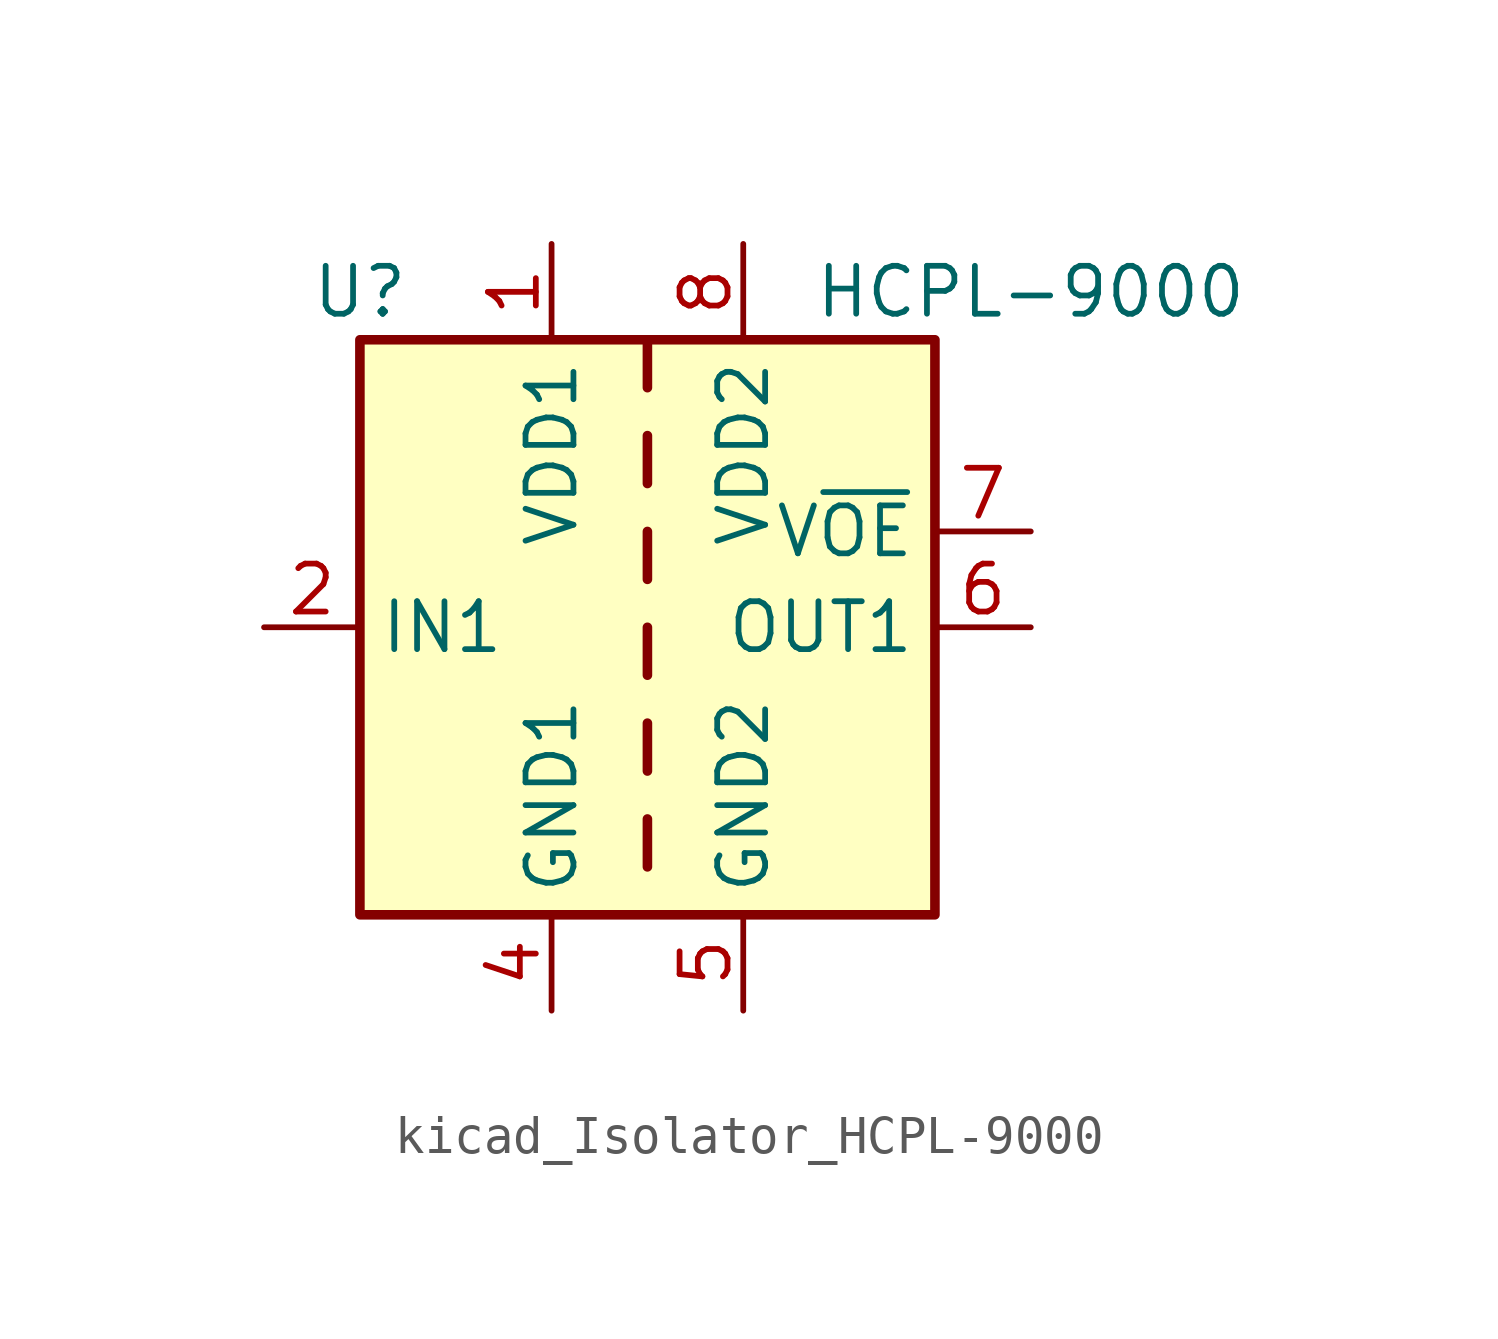
<source format=kicad_sym>
(kicad_symbol_lib
  (version 20220914)
  (generator kicad_symbol_editor)
  (symbol "kicad_Isolator_HCPL-9000"
    (property "Reference" "U"
      (at -7.62 8.89 0)
      (effects (font (size 1.27 1.27))))
    (property "Value" "HCPL-9000"
      (at 10.16 8.89 0)
      (effects (font (size 1.27 1.27))))
    (symbol "kicad_Isolator_HCPL-9000_0_1"
      (rectangle (start -7.62 7.62) (end 7.62 -7.62) (stroke (width 0.254) (type default)) (fill (type background)))
      (polyline (pts (xy 0 -6.35) (xy 0 -5.08)) (stroke (width 0.254) (type default)) (fill (type none)))
      (polyline (pts (xy 0 -3.81) (xy 0 -2.54)) (stroke (width 0.254) (type default)) (fill (type none)))
      (polyline (pts (xy 0 -1.27) (xy 0 0)) (stroke (width 0.254) (type default)) (fill (type none)))
      (polyline (pts (xy 0 1.27) (xy 0 2.54)) (stroke (width 0.254) (type default)) (fill (type none)))
      (polyline (pts (xy 0 3.81) (xy 0 5.08)) (stroke (width 0.254) (type default)) (fill (type none)))
      (polyline (pts (xy 0 6.35) (xy 0 7.62)) (stroke (width 0.254) (type default)) (fill (type none))))
    (symbol "kicad_Isolator_HCPL-9000_1_1"
      (pin power_in line (at -2.54 10.16 270) (length 2.54) (name "VDD1" (effects (font (size 1.27 1.27)))) (number "1" (effects (font (size 1.27 1.27)))))
      (pin input line (at -10.16 0 0) (length 2.54) (name "IN1" (effects (font (size 1.27 1.27)))) (number "2" (effects (font (size 1.27 1.27)))))
      (pin no_connect line (at -7.62 -2.54 0) (length 2.54) hide (name "NC" (effects (font (size 1.27 1.27)))) (number "3" (effects (font (size 1.27 1.27)))))
      (pin power_in line (at -2.54 -10.16 90) (length 2.54) (name "GND1" (effects (font (size 1.27 1.27)))) (number "4" (effects (font (size 1.27 1.27)))))
      (pin power_in line (at 2.54 -10.16 90) (length 2.54) (name "GND2" (effects (font (size 1.27 1.27)))) (number "5" (effects (font (size 1.27 1.27)))))
      (pin output line (at 10.16 0 180) (length 2.54) (name "OUT1" (effects (font (size 1.27 1.27)))) (number "6" (effects (font (size 1.27 1.27)))))
      (pin input line (at 10.16 2.54 180) (length 2.54) (name "V~{OE}" (effects (font (size 1.27 1.27)))) (number "7" (effects (font (size 1.27 1.27)))))
      (pin power_in line (at 2.54 10.16 270) (length 2.54) (name "VDD2" (effects (font (size 1.27 1.27)))) (number "8" (effects (font (size 1.27 1.27))))))))
</source>
